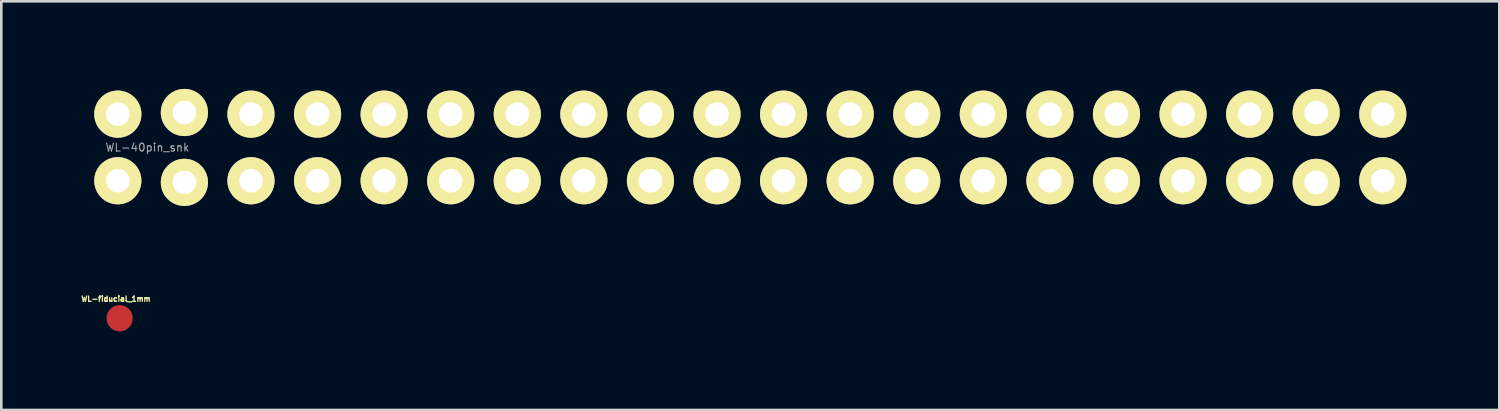
<source format=kicad_pcb>
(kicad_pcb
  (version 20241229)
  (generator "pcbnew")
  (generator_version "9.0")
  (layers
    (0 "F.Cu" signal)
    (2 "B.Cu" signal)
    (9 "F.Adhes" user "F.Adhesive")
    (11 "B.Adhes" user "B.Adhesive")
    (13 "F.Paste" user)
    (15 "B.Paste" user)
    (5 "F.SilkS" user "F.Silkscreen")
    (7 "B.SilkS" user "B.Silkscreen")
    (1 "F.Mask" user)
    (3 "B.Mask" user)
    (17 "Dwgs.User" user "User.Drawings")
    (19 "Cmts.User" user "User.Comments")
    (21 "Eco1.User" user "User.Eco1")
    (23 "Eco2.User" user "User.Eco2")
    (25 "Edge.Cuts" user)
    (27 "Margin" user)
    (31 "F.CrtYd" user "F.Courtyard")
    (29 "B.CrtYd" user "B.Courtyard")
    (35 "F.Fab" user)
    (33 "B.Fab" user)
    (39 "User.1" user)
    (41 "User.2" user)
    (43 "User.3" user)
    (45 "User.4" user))
  (footprint "WL-40pin_snk"
    (layer "F.Cu")
    (at 25.575 2.575)
    (property "Reference" "WL-40pin_snk" (at -23 0 0) (layer "F.Fab") (effects (font (size 0.3 0.3) (thickness 0.04))))
    (attr through_hole)
    (fp_line (start -25.5 -2.5) (end 25.5 -2.5) (stroke (width 0.15) (type solid)) (layer "Eco2.User"))
    (fp_line (start -25.5 2.5) (end -25.5 -2.5) (stroke (width 0.15) (type solid)) (layer "Eco2.User"))
    (fp_line (start 25.5 -2.5) (end 25.5 2.5) (stroke (width 0.15) (type solid)) (layer "Eco2.User"))
    (fp_line (start 25.5 2.5) (end -25.5 2.5) (stroke (width 0.15) (type solid)) (layer "Eco2.User"))
    (pad "1" thru_hole circle (at -24.13 1.27 90) (size 1.8 1.8) (drill 0.9) (layers "*.Cu" "*.Mask" "F.SilkS"))
    (pad "2" thru_hole circle (at -24.13 -1.27 90) (size 1.8 1.8) (drill 0.9) (layers "*.Cu" "*.Mask" "F.SilkS"))
    (pad "3" thru_hole circle (at -21.59 1.333 90) (size 1.8 1.8) (drill 0.9) (layers "*.Cu" "*.Mask" "F.SilkS"))
    (pad "4" thru_hole circle (at -21.59 -1.333 90) (size 1.8 1.8) (drill 0.9) (layers "*.Cu" "*.Mask" "F.SilkS"))
    (pad "5" thru_hole circle (at -19.05 1.27 90) (size 1.8 1.8) (drill 0.9) (layers "*.Cu" "*.Mask" "F.SilkS"))
    (pad "6" thru_hole circle (at -19.05 -1.27 90) (size 1.8 1.8) (drill 0.9) (layers "*.Cu" "*.Mask" "F.SilkS"))
    (pad "7" thru_hole circle (at -16.51 1.27 90) (size 1.8 1.8) (drill 0.9) (layers "*.Cu" "*.Mask" "F.SilkS"))
    (pad "8" thru_hole circle (at -16.51 -1.27 90) (size 1.8 1.8) (drill 0.9) (layers "*.Cu" "*.Mask" "F.SilkS"))
    (pad "9" thru_hole circle (at -13.97 1.27 90) (size 1.8 1.8) (drill 0.9) (layers "*.Cu" "*.Mask" "F.SilkS"))
    (pad "10" thru_hole circle (at -13.97 -1.27 90) (size 1.8 1.8) (drill 0.9) (layers "*.Cu" "*.Mask" "F.SilkS"))
    (pad "11" thru_hole circle (at -11.43 1.27 90) (size 1.8 1.8) (drill 0.9) (layers "*.Cu" "*.Mask" "F.SilkS"))
    (pad "12" thru_hole circle (at -11.43 -1.27 90) (size 1.8 1.8) (drill 0.9) (layers "*.Cu" "*.Mask" "F.SilkS"))
    (pad "13" thru_hole circle (at -8.89 1.27 90) (size 1.8 1.8) (drill 0.9) (layers "*.Cu" "*.Mask" "F.SilkS"))
    (pad "14" thru_hole circle (at -8.89 -1.27 90) (size 1.8 1.8) (drill 0.9) (layers "*.Cu" "*.Mask" "F.SilkS"))
    (pad "15" thru_hole circle (at -6.35 1.27 90) (size 1.8 1.8) (drill 0.9) (layers "*.Cu" "*.Mask" "F.SilkS"))
    (pad "16" thru_hole circle (at -6.35 -1.27 90) (size 1.8 1.8) (drill 0.9) (layers "*.Cu" "*.Mask" "F.SilkS"))
    (pad "17" thru_hole circle (at -3.81 1.27 90) (size 1.8 1.8) (drill 0.9) (layers "*.Cu" "*.Mask" "F.SilkS"))
    (pad "18" thru_hole circle (at -3.81 -1.27 90) (size 1.8 1.8) (drill 0.9) (layers "*.Cu" "*.Mask" "F.SilkS"))
    (pad "19" thru_hole circle (at -1.27 1.27 90) (size 1.8 1.8) (drill 0.9) (layers "*.Cu" "*.Mask" "F.SilkS"))
    (pad "20" thru_hole circle (at -1.27 -1.27 90) (size 1.8 1.8) (drill 0.9) (layers "*.Cu" "*.Mask" "F.SilkS"))
    (pad "21" thru_hole circle (at 1.27 1.27 90) (size 1.8 1.8) (drill 0.9) (layers "*.Cu" "*.Mask" "F.SilkS"))
    (pad "22" thru_hole circle (at 1.27 -1.27 90) (size 1.8 1.8) (drill 0.9) (layers "*.Cu" "*.Mask" "F.SilkS"))
    (pad "23" thru_hole circle (at 3.81 1.27 90) (size 1.8 1.8) (drill 0.9) (layers "*.Cu" "*.Mask" "F.SilkS"))
    (pad "24" thru_hole circle (at 3.81 -1.27 90) (size 1.8 1.8) (drill 0.9) (layers "*.Cu" "*.Mask" "F.SilkS"))
    (pad "25" thru_hole circle (at 6.35 1.27 90) (size 1.8 1.8) (drill 0.9) (layers "*.Cu" "*.Mask" "F.SilkS"))
    (pad "26" thru_hole circle (at 6.35 -1.27 90) (size 1.8 1.8) (drill 0.9) (layers "*.Cu" "*.Mask" "F.SilkS"))
    (pad "27" thru_hole circle (at 8.89 1.27 90) (size 1.8 1.8) (drill 0.9) (layers "*.Cu" "*.Mask" "F.SilkS"))
    (pad "28" thru_hole circle (at 8.89 -1.27 90) (size 1.8 1.8) (drill 0.9) (layers "*.Cu" "*.Mask" "F.SilkS"))
    (pad "29" thru_hole circle (at 11.43 1.27 90) (size 1.8 1.8) (drill 0.9) (layers "*.Cu" "*.Mask" "F.SilkS"))
    (pad "30" thru_hole circle (at 11.43 -1.27 90) (size 1.8 1.8) (drill 0.9) (layers "*.Cu" "*.Mask" "F.SilkS"))
    (pad "31" thru_hole circle (at 13.97 1.27 90) (size 1.8 1.8) (drill 0.9) (layers "*.Cu" "*.Mask" "F.SilkS"))
    (pad "32" thru_hole circle (at 13.97 -1.27 90) (size 1.8 1.8) (drill 0.9) (layers "*.Cu" "*.Mask" "F.SilkS"))
    (pad "33" thru_hole circle (at 16.51 1.27 90) (size 1.8 1.8) (drill 0.9) (layers "*.Cu" "*.Mask" "F.SilkS"))
    (pad "34" thru_hole circle (at 16.51 -1.27 90) (size 1.8 1.8) (drill 0.9) (layers "*.Cu" "*.Mask" "F.SilkS"))
    (pad "35" thru_hole circle (at 19.05 1.27 90) (size 1.8 1.8) (drill 0.9) (layers "*.Cu" "*.Mask" "F.SilkS"))
    (pad "36" thru_hole circle (at 19.05 -1.27 90) (size 1.8 1.8) (drill 0.9) (layers "*.Cu" "*.Mask" "F.SilkS"))
    (pad "37" thru_hole circle (at 21.59 1.333 90) (size 1.8 1.8) (drill 0.9) (layers "*.Cu" "*.Mask" "F.SilkS"))
    (pad "38" thru_hole circle (at 21.59 -1.333 90) (size 1.8 1.8) (drill 0.9) (layers "*.Cu" "*.Mask" "F.SilkS"))
    (pad "39" thru_hole circle (at 24.13 1.27 90) (size 1.8 1.8) (drill 0.9) (layers "*.Cu" "*.Mask" "F.SilkS"))
    (pad "40" thru_hole circle (at 24.13 -1.27 90) (size 1.8 1.8) (drill 0.9) (layers "*.Cu" "*.Mask" "F.SilkS")))
  (footprint "WL-fiducial_1mm"
    (layer "F.Cu")
    (at 1.514 9.091)
    (property "Reference" "WL-fiducial_1mm" (at -0.14 -0.737 0) (layer "F.SilkS") (effects (font (size 0.2 0.2) (thickness 0.05))))
    (attr through_hole)
    (pad "1" smd circle (at 0 0) (size 1 1) (layers "F.Cu" "F.Mask")))
  (gr_rect
    (start -3 -3)
    (end 54.15 12.591)
    (stroke (width 0.1) (type default))
    (fill no)
    (layer "Edge.Cuts")))
</source>
